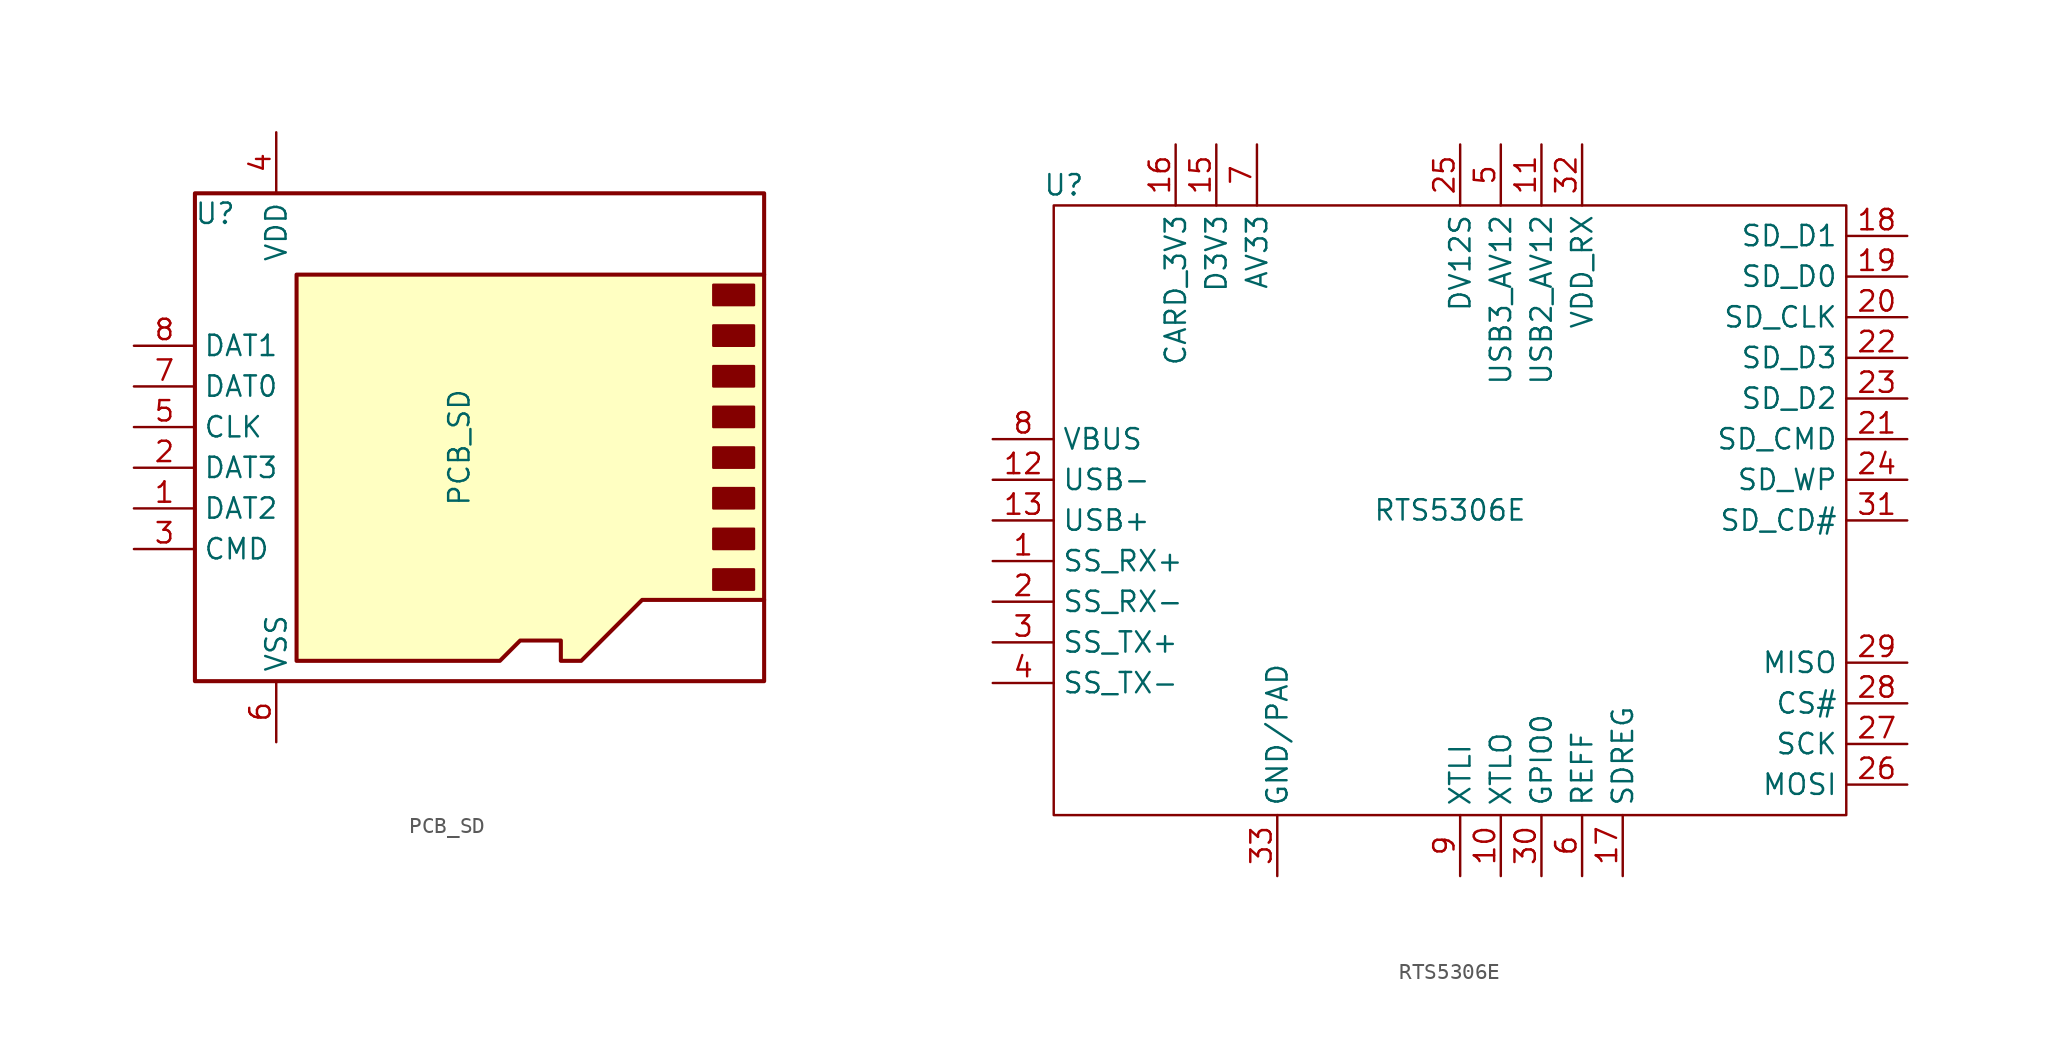
<source format=kicad_sym>
(kicad_symbol_lib
  (version 20220914)
  (generator kicad_symbol_editor)
  (symbol "PCB_SD"
    (property "Reference" "U"
      (at 5.08 8.255 0)
      (effects (font (size 1.27 1.27))))
    (property "Value" "PCB_SD"
      (at 20.32 -6.35 90)
      (effects (font (size 1.27 1.27))))
    (symbol "PCB_SD_0_1"
      (polyline (pts (xy 39.37 4.445) (xy 39.37 9.525) (xy 3.81 9.525) (xy 3.81 -20.955) (xy 39.37 -20.955) (xy 39.37 -15.875)) (stroke (width 0.254) (type default)) (fill (type none)))
      (polyline (pts (xy 39.37 4.445) (xy 39.37 -15.875) (xy 31.75 -15.875) (xy 27.94 -19.685) (xy 26.67 -19.685) (xy 26.67 -18.415) (xy 24.13 -18.415) (xy 22.86 -19.685) (xy 10.16 -19.685) (xy 10.16 4.445) (xy 39.37 4.445)) (stroke (width 0.254) (type default)) (fill (type background)))
      (rectangle (start 36.195 -13.97) (end 38.735 -15.24) (stroke (width 0) (type default)) (fill (type outline)))
      (rectangle (start 36.195 -11.43) (end 38.735 -12.7) (stroke (width 0) (type default)) (fill (type outline)))
      (rectangle (start 36.195 -8.89) (end 38.735 -10.16) (stroke (width 0) (type default)) (fill (type outline)))
      (rectangle (start 36.195 -6.35) (end 38.735 -7.62) (stroke (width 0) (type default)) (fill (type outline)))
      (rectangle (start 36.195 -3.81) (end 38.735 -5.08) (stroke (width 0) (type default)) (fill (type outline)))
      (rectangle (start 36.195 -1.27) (end 38.735 -2.54) (stroke (width 0) (type default)) (fill (type outline)))
      (rectangle (start 36.195 1.27) (end 38.735 0) (stroke (width 0) (type default)) (fill (type outline)))
      (rectangle (start 36.195 3.81) (end 38.735 2.54) (stroke (width 0) (type default)) (fill (type outline))))
    (symbol "PCB_SD_1_1"
      (pin bidirectional line (at 0 -10.16 0) (length 3.81) (name "DAT2" (effects (font (size 1.27 1.27)))) (number "1" (effects (font (size 1.27 1.27)))))
      (pin bidirectional line (at 0 -7.62 0) (length 3.81) (name "DAT3" (effects (font (size 1.27 1.27)))) (number "2" (effects (font (size 1.27 1.27)))))
      (pin input line (at 0 -12.7 0) (length 3.81) (name "CMD" (effects (font (size 1.27 1.27)))) (number "3" (effects (font (size 1.27 1.27)))))
      (pin power_in line (at 8.89 13.335 270) (length 3.81) (name "VDD" (effects (font (size 1.27 1.27)))) (number "4" (effects (font (size 1.27 1.27)))))
      (pin input line (at 0 -5.08 0) (length 3.81) (name "CLK" (effects (font (size 1.27 1.27)))) (number "5" (effects (font (size 1.27 1.27)))))
      (pin power_in line (at 8.89 -24.765 90) (length 3.81) (name "VSS" (effects (font (size 1.27 1.27)))) (number "6" (effects (font (size 1.27 1.27)))))
      (pin bidirectional line (at 0 -2.54 0) (length 3.81) (name "DAT0" (effects (font (size 1.27 1.27)))) (number "7" (effects (font (size 1.27 1.27)))))
      (pin bidirectional line (at 0 0 0) (length 3.81) (name "DAT1" (effects (font (size 1.27 1.27)))) (number "8" (effects (font (size 1.27 1.27)))))))
  (symbol "RTS5306E"
    (property "Reference" "U"
      (at 0.635 1.27 0)
      (effects (font (size 1.27 1.27))))
    (property "Value" "RTS5306E"
      (at 24.765 -19.05 0)
      (effects (font (size 1.27 1.27))))
    (symbol "RTS5306E_0_1"
      (rectangle (start 0 0) (end 49.53 -38.1) (stroke (width 0) (type default)) (fill (type none))))
    (symbol "RTS5306E_1_1"
      (pin input line (at -3.81 -22.225 0) (length 3.81) (name "SS_RX+" (effects (font (size 1.27 1.27)))) (number "1" (effects (font (size 1.27 1.27)))))
      (pin output line (at 27.94 -41.91 90) (length 3.81) (name "XTLO" (effects (font (size 1.27 1.27)))) (number "10" (effects (font (size 1.27 1.27)))))
      (pin power_in line (at 30.48 3.81 270) (length 3.81) (name "USB2_AV12" (effects (font (size 1.27 1.27)))) (number "11" (effects (font (size 1.27 1.27)))))
      (pin bidirectional line (at -3.81 -17.145 0) (length 3.81) (name "USB-" (effects (font (size 1.27 1.27)))) (number "12" (effects (font (size 1.27 1.27)))))
      (pin bidirectional line (at -3.81 -19.685 0) (length 3.81) (name "USB+" (effects (font (size 1.27 1.27)))) (number "13" (effects (font (size 1.27 1.27)))))
      (pin power_in line (at -3.81 -14.605 0) (length 3.81) hide (name "VBUS" (effects (font (size 1.27 1.27)))) (number "14" (effects (font (size 1.27 1.27)))))
      (pin power_in line (at 10.16 3.81 270) (length 3.81) (name "D3V3" (effects (font (size 1.27 1.27)))) (number "15" (effects (font (size 1.27 1.27)))))
      (pin power_out line (at 7.62 3.81 270) (length 3.81) (name "CARD_3V3" (effects (font (size 1.27 1.27)))) (number "16" (effects (font (size 1.27 1.27)))))
      (pin input line (at 35.56 -41.91 90) (length 3.81) (name "SDREG" (effects (font (size 1.27 1.27)))) (number "17" (effects (font (size 1.27 1.27)))))
      (pin bidirectional line (at 53.34 -1.905 180) (length 3.81) (name "SD_D1" (effects (font (size 1.27 1.27)))) (number "18" (effects (font (size 1.27 1.27)))))
      (pin bidirectional line (at 53.34 -4.445 180) (length 3.81) (name "SD_D0" (effects (font (size 1.27 1.27)))) (number "19" (effects (font (size 1.27 1.27)))))
      (pin input line (at -3.81 -24.765 0) (length 3.81) (name "SS_RX-" (effects (font (size 1.27 1.27)))) (number "2" (effects (font (size 1.27 1.27)))))
      (pin output line (at 53.34 -6.985 180) (length 3.81) (name "SD_CLK" (effects (font (size 1.27 1.27)))) (number "20" (effects (font (size 1.27 1.27)))))
      (pin bidirectional line (at 53.34 -14.605 180) (length 3.81) (name "SD_CMD" (effects (font (size 1.27 1.27)))) (number "21" (effects (font (size 1.27 1.27)))))
      (pin bidirectional line (at 53.34 -9.525 180) (length 3.81) (name "SD_D3" (effects (font (size 1.27 1.27)))) (number "22" (effects (font (size 1.27 1.27)))))
      (pin bidirectional line (at 53.34 -12.065 180) (length 3.81) (name "SD_D2" (effects (font (size 1.27 1.27)))) (number "23" (effects (font (size 1.27 1.27)))))
      (pin input line (at 53.34 -17.145 180) (length 3.81) (name "SD_WP" (effects (font (size 1.27 1.27)))) (number "24" (effects (font (size 1.27 1.27)))))
      (pin power_out line (at 25.4 3.81 270) (length 3.81) (name "DV12S" (effects (font (size 1.27 1.27)))) (number "25" (effects (font (size 1.27 1.27)))))
      (pin bidirectional line (at 53.34 -36.195 180) (length 3.81) (name "MOSI" (effects (font (size 1.27 1.27)))) (number "26" (effects (font (size 1.27 1.27)))))
      (pin bidirectional line (at 53.34 -33.655 180) (length 3.81) (name "SCK" (effects (font (size 1.27 1.27)))) (number "27" (effects (font (size 1.27 1.27)))))
      (pin bidirectional line (at 53.34 -31.115 180) (length 3.81) (name "CS#" (effects (font (size 1.27 1.27)))) (number "28" (effects (font (size 1.27 1.27)))))
      (pin bidirectional line (at 53.34 -28.575 180) (length 3.81) (name "MISO" (effects (font (size 1.27 1.27)))) (number "29" (effects (font (size 1.27 1.27)))))
      (pin output line (at -3.81 -27.305 0) (length 3.81) (name "SS_TX+" (effects (font (size 1.27 1.27)))) (number "3" (effects (font (size 1.27 1.27)))))
      (pin bidirectional line (at 30.48 -41.91 90) (length 3.81) (name "GPIO0" (effects (font (size 1.27 1.27)))) (number "30" (effects (font (size 1.27 1.27)))))
      (pin input line (at 53.34 -19.685 180) (length 3.81) (name "SD_CD#" (effects (font (size 1.27 1.27)))) (number "31" (effects (font (size 1.27 1.27)))))
      (pin power_in line (at 33.02 3.81 270) (length 3.81) (name "VDD_RX" (effects (font (size 1.27 1.27)))) (number "32" (effects (font (size 1.27 1.27)))))
      (pin power_in line (at 13.97 -41.91 90) (length 3.81) (name "GND/PAD" (effects (font (size 1.27 1.27)))) (number "33" (effects (font (size 1.27 1.27)))))
      (pin output line (at -3.81 -29.845 0) (length 3.81) (name "SS_TX-" (effects (font (size 1.27 1.27)))) (number "4" (effects (font (size 1.27 1.27)))))
      (pin power_in line (at 27.94 3.81 270) (length 3.81) (name "USB3_AV12" (effects (font (size 1.27 1.27)))) (number "5" (effects (font (size 1.27 1.27)))))
      (pin input line (at 33.02 -41.91 90) (length 3.81) (name "REFF" (effects (font (size 1.27 1.27)))) (number "6" (effects (font (size 1.27 1.27)))))
      (pin power_in line (at 12.7 3.81 270) (length 3.81) (name "AV33" (effects (font (size 1.27 1.27)))) (number "7" (effects (font (size 1.27 1.27)))))
      (pin power_in line (at -3.81 -14.605 0) (length 3.81) (name "VBUS" (effects (font (size 1.27 1.27)))) (number "8" (effects (font (size 1.27 1.27)))))
      (pin input line (at 25.4 -41.91 90) (length 3.81) (name "XTLI" (effects (font (size 1.27 1.27)))) (number "9" (effects (font (size 1.27 1.27))))))))
</source>
